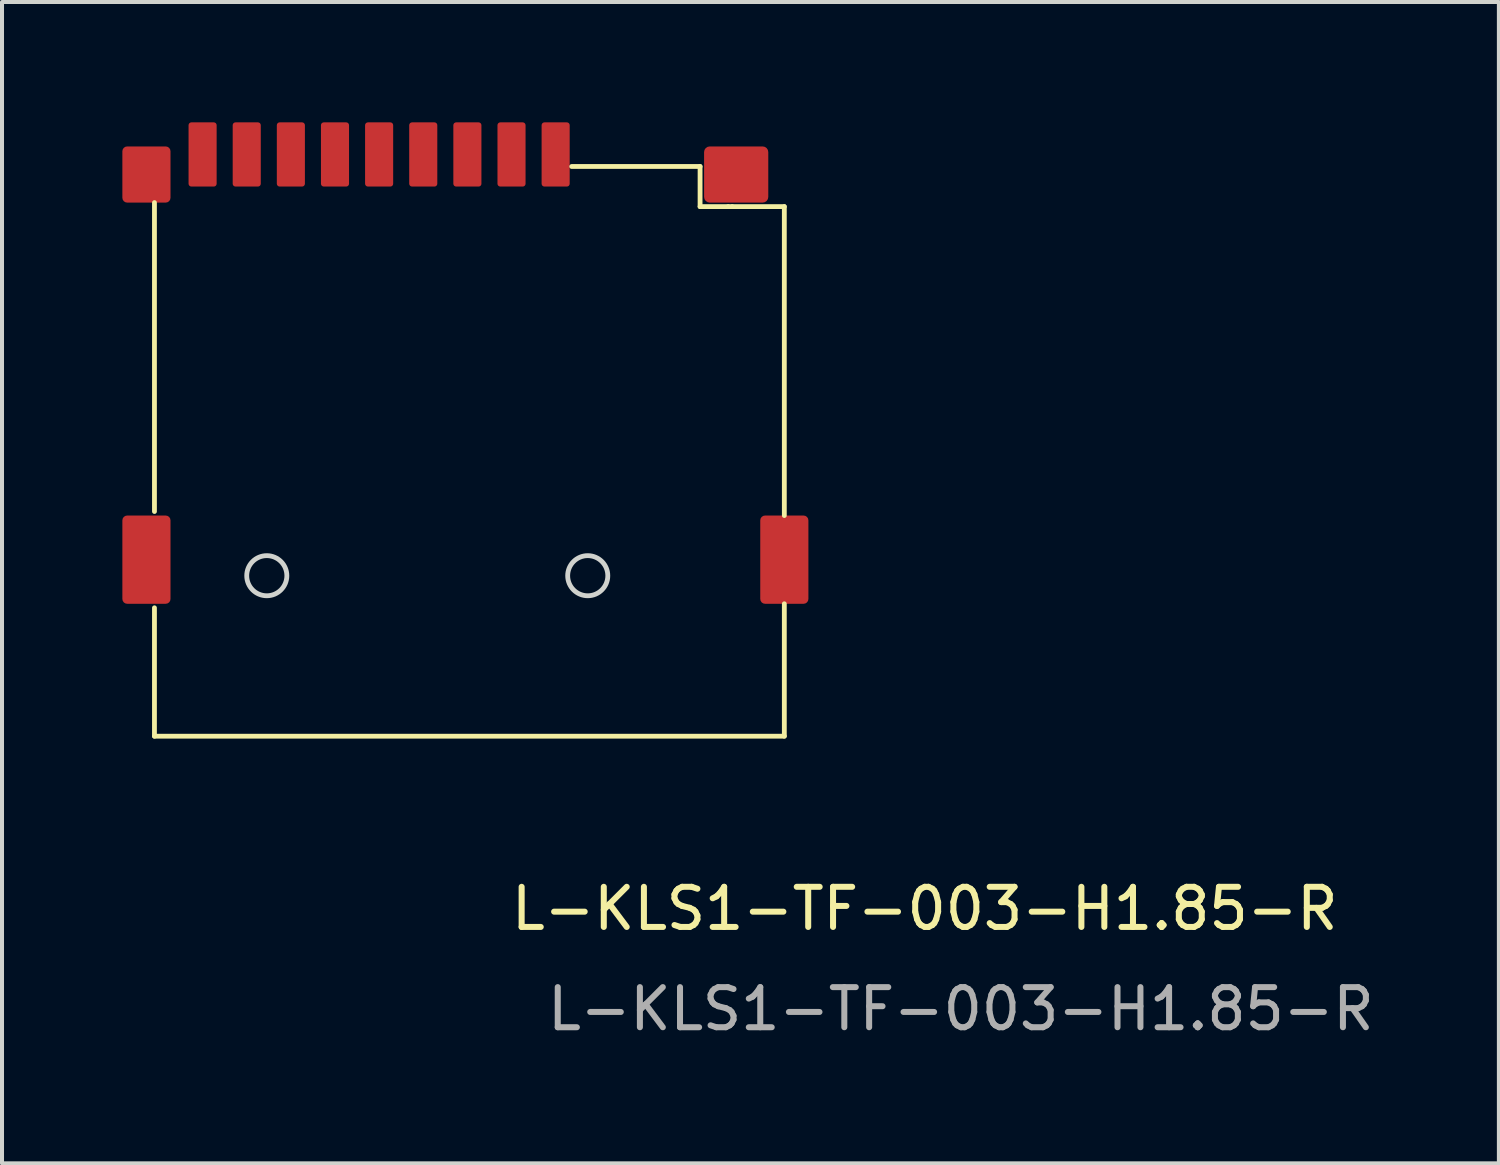
<source format=kicad_pcb>
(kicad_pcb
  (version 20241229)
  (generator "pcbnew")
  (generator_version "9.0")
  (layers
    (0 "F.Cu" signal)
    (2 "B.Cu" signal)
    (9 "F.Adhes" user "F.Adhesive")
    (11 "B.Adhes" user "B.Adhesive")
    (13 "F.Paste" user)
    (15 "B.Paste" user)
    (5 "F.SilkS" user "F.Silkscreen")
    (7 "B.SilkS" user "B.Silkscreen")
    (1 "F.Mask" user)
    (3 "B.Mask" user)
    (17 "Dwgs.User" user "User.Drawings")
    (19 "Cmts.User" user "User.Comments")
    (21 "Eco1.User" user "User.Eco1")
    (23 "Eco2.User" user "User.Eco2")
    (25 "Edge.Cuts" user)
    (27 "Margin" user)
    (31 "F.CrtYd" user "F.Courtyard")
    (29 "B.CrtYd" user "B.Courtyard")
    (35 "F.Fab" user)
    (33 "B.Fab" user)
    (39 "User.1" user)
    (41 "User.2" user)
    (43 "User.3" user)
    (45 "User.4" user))
  (footprint "L-KLS1-TF-003-H1.85-R"
    (layer "F.Cu")
    (at 4.8 12)
    (property "Reference" "L-KLS1-TF-003-H1.85-R" (at 15.2 7.6 0) (unlocked yes) (layer "F.SilkS") (effects (font (size 1 1) (thickness 0.15))))
    (attr smd)
    (fp_line (start -4 -10) (end -4 -2.3) (stroke (width 0.12) (type solid)) (layer "F.SilkS"))
    (fp_line (start -4 3.3) (end -4 0.1) (stroke (width 0.12) (type solid)) (layer "F.SilkS"))
    (fp_line (start 9.6 -10.9) (end 6.4 -10.9) (stroke (width 0.12) (type solid)) (layer "F.SilkS"))
    (fp_line (start 9.6 -10.9) (end 9.6 -9.9) (stroke (width 0.12) (type solid)) (layer "F.SilkS"))
    (fp_line (start 9.6 -9.9) (end 10.3 -9.9) (stroke (width 0.12) (type solid)) (layer "F.SilkS"))
    (fp_line (start 10.3 -9.9) (end 10.4 -9.9) (stroke (width 0.12) (type solid)) (layer "F.SilkS"))
    (fp_line (start 11.7 -9.9) (end 10.4 -9.9) (stroke (width 0.12) (type solid)) (layer "F.SilkS"))
    (fp_line (start 11.7 -2.2) (end 11.7 -9.9) (stroke (width 0.12) (type solid)) (layer "F.SilkS"))
    (fp_line (start 11.7 0) (end 11.7 3.3) (stroke (width 0.12) (type solid)) (layer "F.SilkS"))
    (fp_line (start 11.7 3.3) (end -4 3.3) (stroke (width 0.12) (type solid)) (layer "F.SilkS"))
    (fp_circle (center -1.2 -0.7) (end -0.7 -0.7) (stroke (width 0.12) (type solid)) (fill no) (layer "Edge.Cuts"))
    (fp_circle (center 6.8 -0.7) (end 7.3 -0.7) (stroke (width 0.12) (type solid)) (fill no) (layer "Edge.Cuts"))
    (fp_text user "${REFERENCE}" (at 16.1 10.1 0) (unlocked yes) (layer "F.Fab") (effects (font (size 1 1) (thickness 0.15))))
    (pad "1" smd roundrect (at 6 -11.2) (size 0.7 1.6) (layers "F.Cu" "F.Mask" "F.Paste") (roundrect_rratio 0.1))
    (pad "2" smd roundrect (at 4.9 -11.2) (size 0.7 1.6) (layers "F.Cu" "F.Mask" "F.Paste") (roundrect_rratio 0.1))
    (pad "3" smd roundrect (at 3.8 -11.2) (size 0.7 1.6) (layers "F.Cu" "F.Mask" "F.Paste") (roundrect_rratio 0.1))
    (pad "4" smd roundrect (at 2.7 -11.2) (size 0.7 1.6) (layers "F.Cu" "F.Mask" "F.Paste") (roundrect_rratio 0.1))
    (pad "5" smd roundrect (at 1.6 -11.2) (size 0.7 1.6) (layers "F.Cu" "F.Mask" "F.Paste") (roundrect_rratio 0.1))
    (pad "6" smd roundrect (at 0.5 -11.2) (size 0.7 1.6) (layers "F.Cu" "F.Mask" "F.Paste") (roundrect_rratio 0.1))
    (pad "7" smd roundrect (at -0.6 -11.2) (size 0.7 1.6) (layers "F.Cu" "F.Mask" "F.Paste") (roundrect_rratio 0.1))
    (pad "8" smd roundrect (at -1.7 -11.2) (size 0.7 1.6) (layers "F.Cu" "F.Mask" "F.Paste") (roundrect_rratio 0.1))
    (pad "9" smd roundrect (at -2.8 -11.2) (size 0.7 1.6) (layers "F.Cu" "F.Mask" "F.Paste") (roundrect_rratio 0.1))
    (pad "10" smd roundrect (at 10.5 -10.7) (size 1.6 1.4) (layers "F.Cu" "F.Mask" "F.Paste") (roundrect_rratio 0.1))
    (pad "11" smd roundrect (at -4.2 -10.7) (size 1.2 1.4) (layers "F.Cu" "F.Mask" "F.Paste") (roundrect_rratio 0.1))
    (pad "12" smd roundrect (at 11.7 -1.1) (size 1.2 2.2) (layers "F.Cu" "F.Mask" "F.Paste") (roundrect_rratio 0.1))
    (pad "13" smd roundrect (at -4.2 -1.1) (size 1.2 2.2) (layers "F.Cu" "F.Mask" "F.Paste") (roundrect_rratio 0.1)))
  (gr_rect
    (start -3 -3)
    (end 34.311 25.948)
    (stroke (width 0.1) (type default))
    (fill no)
    (layer "Edge.Cuts")))
</source>
